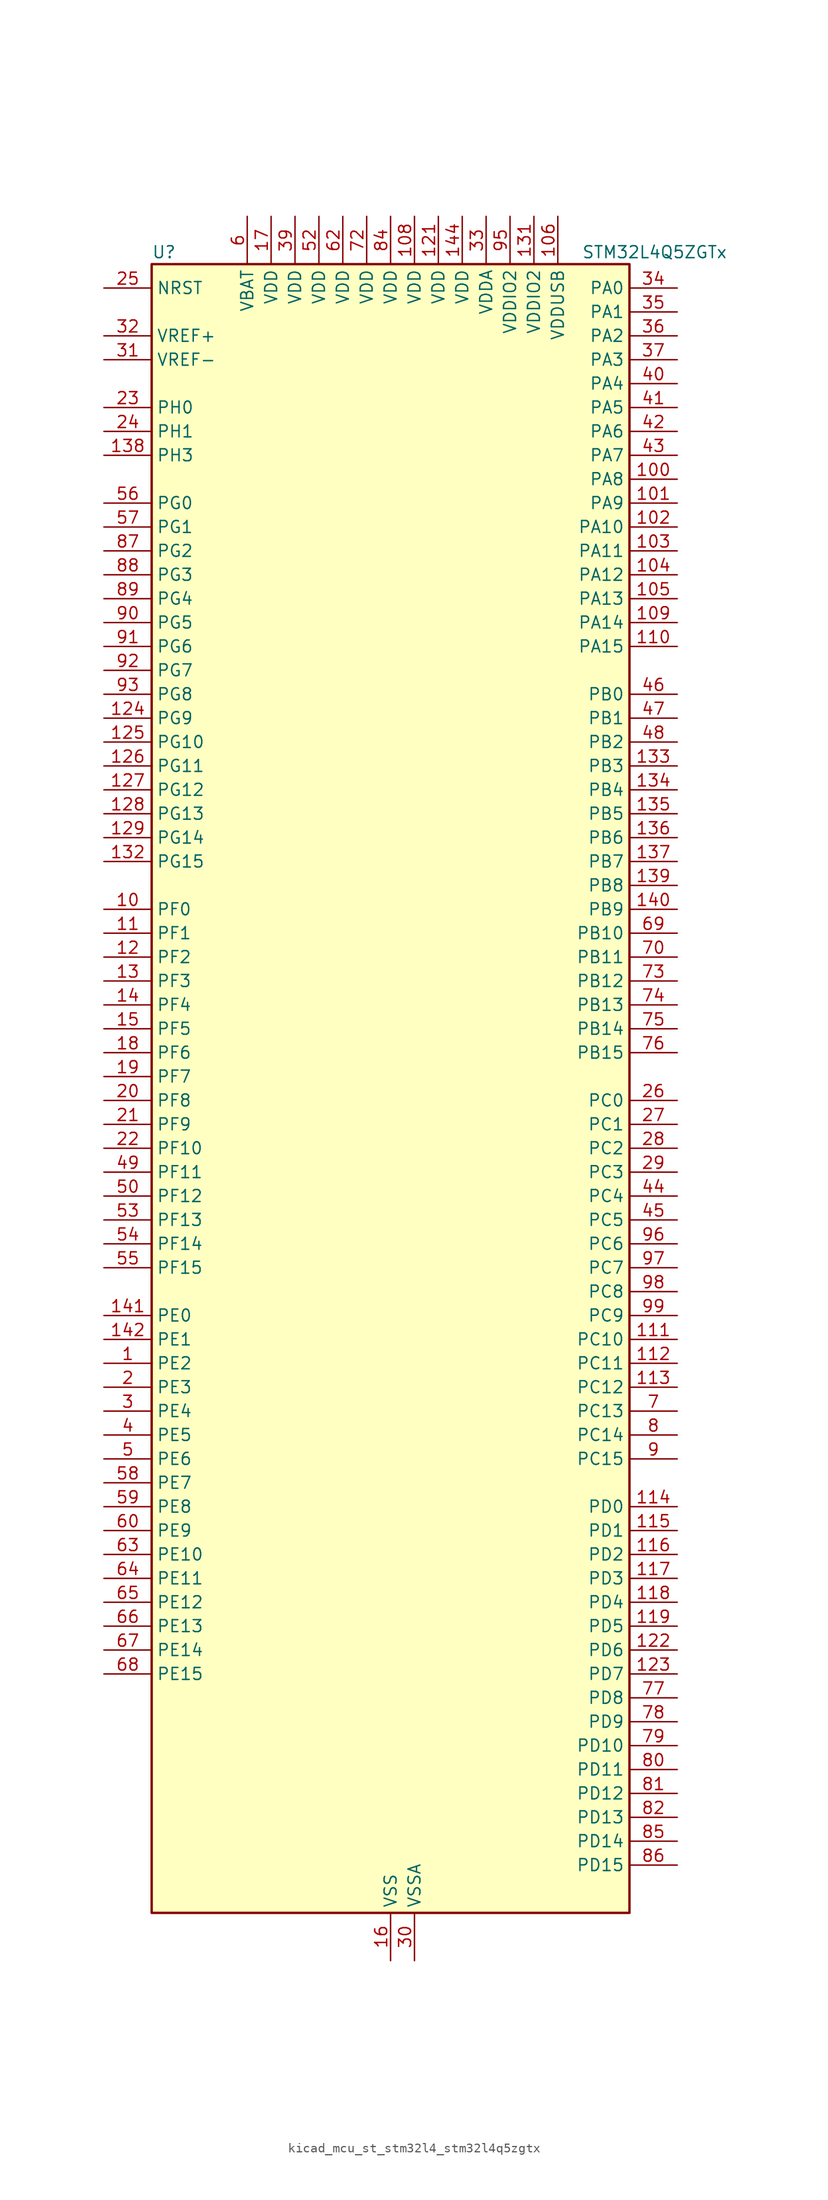
<source format=kicad_sym>
(kicad_symbol_lib
  (version 20220914)
  (generator kicad_symbol_editor)
  (symbol "kicad_mcu_st_stm32l4_stm32l4q5zgtx"
    (property "Reference" "U"
      (at -25.4 90.17 0)
      (effects (font (size 1.27 1.27)) (justify left)))
    (property "Value" "STM32L4Q5ZGTx"
      (at 20.32 90.17 0)
      (effects (font (size 1.27 1.27)) (justify left)))
    (property "ki_locked" ""
      (at 0 0 0)
      (effects (font (size 1.27 1.27))))
    (symbol "kicad_mcu_st_stm32l4_stm32l4q5zgtx_0_1"
      (rectangle (start -25.4 -86.36) (end 25.4 88.9) (stroke (width 0.254) (type default)) (fill (type background))))
    (symbol "kicad_mcu_st_stm32l4_stm32l4q5zgtx_1_1"
      (pin bidirectional line (at -30.48 -27.94 0) (length 5.08) (name "PE2" (effects (font (size 1.27 1.27)))) (number "1" (effects (font (size 1.27 1.27)))) (alternate "FMC_A23" bidirectional line) (alternate "LTDC_R7" bidirectional line) (alternate "SAI1_CK1" bidirectional line) (alternate "SAI1_MCLK_A" bidirectional line) (alternate "SYS_TRACECLK" bidirectional line) (alternate "TIM3_ETR" bidirectional line) (alternate "TSC_G7_IO1" bidirectional line))
      (pin bidirectional line (at -30.48 20.32 0) (length 5.08) (name "PF0" (effects (font (size 1.27 1.27)))) (number "10" (effects (font (size 1.27 1.27)))) (alternate "FMC_A0" bidirectional line) (alternate "I2C2_SDA" bidirectional line) (alternate "OCTOSPIM_P2_IO0" bidirectional line))
      (pin bidirectional line (at 30.48 66.04 180) (length 5.08) (name "PA8" (effects (font (size 1.27 1.27)))) (number "100" (effects (font (size 1.27 1.27)))) (alternate "LPTIM2_OUT" bidirectional line) (alternate "LTDC_B7" bidirectional line) (alternate "RCC_MCO" bidirectional line) (alternate "SAI1_CK2" bidirectional line) (alternate "SAI1_SCK_A" bidirectional line) (alternate "TIM1_CH1" bidirectional line) (alternate "USART1_CK" bidirectional line) (alternate "USB_OTG_FS_SOF" bidirectional line))
      (pin bidirectional line (at 30.48 63.5 180) (length 5.08) (name "PA9" (effects (font (size 1.27 1.27)))) (number "101" (effects (font (size 1.27 1.27)))) (alternate "DAC1_EXTI9" bidirectional line) (alternate "DCMI_D0" bidirectional line) (alternate "LTDC_G7" bidirectional line) (alternate "PSSI_D0" bidirectional line) (alternate "SAI1_FS_A" bidirectional line) (alternate "SPI2_SCK" bidirectional line) (alternate "TIM15_BKIN" bidirectional line) (alternate "TIM1_CH2" bidirectional line) (alternate "USART1_TX" bidirectional line) (alternate "USB_OTG_FS_VBUS" bidirectional line))
      (pin bidirectional line (at 30.48 60.96 180) (length 5.08) (name "PA10" (effects (font (size 1.27 1.27)))) (number "102" (effects (font (size 1.27 1.27)))) (alternate "DCMI_D1" bidirectional line) (alternate "LTDC_G6" bidirectional line) (alternate "PSSI_D1" bidirectional line) (alternate "SAI1_D1" bidirectional line) (alternate "SAI1_SD_A" bidirectional line) (alternate "TIM17_BKIN" bidirectional line) (alternate "TIM1_CH3" bidirectional line) (alternate "USART1_RX" bidirectional line) (alternate "USB_OTG_FS_ID" bidirectional line))
      (pin bidirectional line (at 30.48 58.42 180) (length 5.08) (name "PA11" (effects (font (size 1.27 1.27)))) (number "103" (effects (font (size 1.27 1.27)))) (alternate "ADC1_EXTI11" bidirectional line) (alternate "ADC2_EXTI11" bidirectional line) (alternate "CAN1_RX" bidirectional line) (alternate "LTDC_DE" bidirectional line) (alternate "SPI1_MISO" bidirectional line) (alternate "TIM1_BKIN2" bidirectional line) (alternate "TIM1_CH4" bidirectional line) (alternate "USART1_CTS" bidirectional line) (alternate "USART1_NSS" bidirectional line) (alternate "USB_OTG_FS_DM" bidirectional line))
      (pin bidirectional line (at 30.48 55.88 180) (length 5.08) (name "PA12" (effects (font (size 1.27 1.27)))) (number "104" (effects (font (size 1.27 1.27)))) (alternate "CAN1_TX" bidirectional line) (alternate "LTDC_VSYNC" bidirectional line) (alternate "OCTOSPIM_P2_NCS" bidirectional line) (alternate "SPI1_MOSI" bidirectional line) (alternate "TIM1_ETR" bidirectional line) (alternate "USART1_DE" bidirectional line) (alternate "USART1_RTS" bidirectional line) (alternate "USB_OTG_FS_DP" bidirectional line))
      (pin bidirectional line (at 30.48 53.34 180) (length 5.08) (name "PA13" (effects (font (size 1.27 1.27)))) (number "105" (effects (font (size 1.27 1.27)))) (alternate "IR_OUT" bidirectional line) (alternate "SAI1_SD_B" bidirectional line) (alternate "SYS_JTMS-SWDIO" bidirectional line) (alternate "USB_OTG_FS_NOE" bidirectional line))
      (pin power_in line (at 17.78 93.98 270) (length 5.08) (name "VDDUSB" (effects (font (size 1.27 1.27)))) (number "106" (effects (font (size 1.27 1.27)))))
      (pin passive line (at 0 -91.44 90) (length 5.08) hide (name "VSS" (effects (font (size 1.27 1.27)))) (number "107" (effects (font (size 1.27 1.27)))))
      (pin power_in line (at 2.54 93.98 270) (length 5.08) (name "VDD" (effects (font (size 1.27 1.27)))) (number "108" (effects (font (size 1.27 1.27)))))
      (pin bidirectional line (at 30.48 50.8 180) (length 5.08) (name "PA14" (effects (font (size 1.27 1.27)))) (number "109" (effects (font (size 1.27 1.27)))) (alternate "I2C1_SMBA" bidirectional line) (alternate "I2C4_SMBA" bidirectional line) (alternate "LPTIM1_OUT" bidirectional line) (alternate "SAI1_FS_B" bidirectional line) (alternate "SYS_JTCK-SWCLK" bidirectional line) (alternate "USB_OTG_FS_SOF" bidirectional line))
      (pin bidirectional line (at -30.48 17.78 0) (length 5.08) (name "PF1" (effects (font (size 1.27 1.27)))) (number "11" (effects (font (size 1.27 1.27)))) (alternate "FMC_A1" bidirectional line) (alternate "I2C2_SCL" bidirectional line) (alternate "OCTOSPIM_P2_IO1" bidirectional line))
      (pin bidirectional line (at 30.48 48.26 180) (length 5.08) (name "PA15" (effects (font (size 1.27 1.27)))) (number "110" (effects (font (size 1.27 1.27)))) (alternate "ADC1_EXTI15" bidirectional line) (alternate "ADC2_EXTI15" bidirectional line) (alternate "LTDC_HSYNC" bidirectional line) (alternate "SAI2_FS_B" bidirectional line) (alternate "SPI1_NSS" bidirectional line) (alternate "SPI3_NSS" bidirectional line) (alternate "SYS_JTDI" bidirectional line) (alternate "TIM2_CH1" bidirectional line) (alternate "TIM2_ETR" bidirectional line) (alternate "TSC_G3_IO1" bidirectional line) (alternate "UART4_DE" bidirectional line) (alternate "UART4_RTS" bidirectional line) (alternate "USART2_RX" bidirectional line) (alternate "USART3_DE" bidirectional line) (alternate "USART3_RTS" bidirectional line))
      (pin bidirectional line (at 30.48 -25.4 180) (length 5.08) (name "PC10" (effects (font (size 1.27 1.27)))) (number "111" (effects (font (size 1.27 1.27)))) (alternate "DCMI_D8" bidirectional line) (alternate "DCMI_VSYNC" bidirectional line) (alternate "PSSI_D8" bidirectional line) (alternate "PSSI_RDY" bidirectional line) (alternate "SAI2_SCK_B" bidirectional line) (alternate "SDMMC1_D2" bidirectional line) (alternate "SPI3_SCK" bidirectional line) (alternate "SYS_TRACED1" bidirectional line) (alternate "TSC_G3_IO2" bidirectional line) (alternate "UART4_TX" bidirectional line) (alternate "USART3_TX" bidirectional line))
      (pin bidirectional line (at 30.48 -27.94 180) (length 5.08) (name "PC11" (effects (font (size 1.27 1.27)))) (number "112" (effects (font (size 1.27 1.27)))) (alternate "ADC1_EXTI11" bidirectional line) (alternate "ADC2_EXTI11" bidirectional line) (alternate "DCMI_D2" bidirectional line) (alternate "DCMI_D4" bidirectional line) (alternate "OCTOSPIM_P1_NCS" bidirectional line) (alternate "PSSI_D2" bidirectional line) (alternate "PSSI_D4" bidirectional line) (alternate "SAI2_MCLK_B" bidirectional line) (alternate "SDMMC1_D3" bidirectional line) (alternate "SPI3_MISO" bidirectional line) (alternate "TSC_G3_IO3" bidirectional line) (alternate "UART4_RX" bidirectional line) (alternate "USART3_RX" bidirectional line))
      (pin bidirectional line (at 30.48 -30.48 180) (length 5.08) (name "PC12" (effects (font (size 1.27 1.27)))) (number "113" (effects (font (size 1.27 1.27)))) (alternate "DCMI_D9" bidirectional line) (alternate "LTDC_R6" bidirectional line) (alternate "PSSI_D9" bidirectional line) (alternate "SAI2_SD_B" bidirectional line) (alternate "SDMMC1_CK" bidirectional line) (alternate "SPI3_MOSI" bidirectional line) (alternate "SYS_TRACED3" bidirectional line) (alternate "TSC_G3_IO4" bidirectional line) (alternate "UART5_TX" bidirectional line) (alternate "USART3_CK" bidirectional line))
      (pin bidirectional line (at 30.48 -43.18 180) (length 5.08) (name "PD0" (effects (font (size 1.27 1.27)))) (number "114" (effects (font (size 1.27 1.27)))) (alternate "CAN1_RX" bidirectional line) (alternate "FMC_D2" bidirectional line) (alternate "FMC_DA2" bidirectional line) (alternate "LTDC_B4" bidirectional line) (alternate "SPI2_NSS" bidirectional line))
      (pin bidirectional line (at 30.48 -45.72 180) (length 5.08) (name "PD1" (effects (font (size 1.27 1.27)))) (number "115" (effects (font (size 1.27 1.27)))) (alternate "CAN1_TX" bidirectional line) (alternate "FMC_D3" bidirectional line) (alternate "FMC_DA3" bidirectional line) (alternate "LTDC_B5" bidirectional line) (alternate "SPI2_SCK" bidirectional line))
      (pin bidirectional line (at 30.48 -48.26 180) (length 5.08) (name "PD2" (effects (font (size 1.27 1.27)))) (number "116" (effects (font (size 1.27 1.27)))) (alternate "DCMI_D11" bidirectional line) (alternate "PSSI_D11" bidirectional line) (alternate "SDMMC1_CMD" bidirectional line) (alternate "SYS_TRACED2" bidirectional line) (alternate "TIM3_ETR" bidirectional line) (alternate "TSC_SYNC" bidirectional line) (alternate "UART5_RX" bidirectional line) (alternate "USART3_DE" bidirectional line) (alternate "USART3_RTS" bidirectional line))
      (pin bidirectional line (at 30.48 -50.8 180) (length 5.08) (name "PD3" (effects (font (size 1.27 1.27)))) (number "117" (effects (font (size 1.27 1.27)))) (alternate "DCMI_D5" bidirectional line) (alternate "DFSDM1_DATIN0" bidirectional line) (alternate "FMC_CLK" bidirectional line) (alternate "LTDC_CLK" bidirectional line) (alternate "OCTOSPIM_P2_NCS" bidirectional line) (alternate "PSSI_D5" bidirectional line) (alternate "SPI2_MISO" bidirectional line) (alternate "SPI2_SCK" bidirectional line) (alternate "USART2_CTS" bidirectional line) (alternate "USART2_NSS" bidirectional line))
      (pin bidirectional line (at 30.48 -53.34 180) (length 5.08) (name "PD4" (effects (font (size 1.27 1.27)))) (number "118" (effects (font (size 1.27 1.27)))) (alternate "DFSDM1_CKIN0" bidirectional line) (alternate "FMC_NOE" bidirectional line) (alternate "OCTOSPIM_P1_IO4" bidirectional line) (alternate "SDMMC2_CKIN" bidirectional line) (alternate "SPI2_MOSI" bidirectional line) (alternate "USART2_DE" bidirectional line) (alternate "USART2_RTS" bidirectional line))
      (pin bidirectional line (at 30.48 -55.88 180) (length 5.08) (name "PD5" (effects (font (size 1.27 1.27)))) (number "119" (effects (font (size 1.27 1.27)))) (alternate "FMC_NWE" bidirectional line) (alternate "OCTOSPIM_P1_IO5" bidirectional line) (alternate "USART2_TX" bidirectional line))
      (pin bidirectional line (at -30.48 15.24 0) (length 5.08) (name "PF2" (effects (font (size 1.27 1.27)))) (number "12" (effects (font (size 1.27 1.27)))) (alternate "FMC_A2" bidirectional line) (alternate "I2C2_SMBA" bidirectional line) (alternate "OCTOSPIM_P2_IO2" bidirectional line))
      (pin passive line (at 0 -91.44 90) (length 5.08) hide (name "VSS" (effects (font (size 1.27 1.27)))) (number "120" (effects (font (size 1.27 1.27)))))
      (pin power_in line (at 5.08 93.98 270) (length 5.08) (name "VDD" (effects (font (size 1.27 1.27)))) (number "121" (effects (font (size 1.27 1.27)))))
      (pin bidirectional line (at 30.48 -58.42 180) (length 5.08) (name "PD6" (effects (font (size 1.27 1.27)))) (number "122" (effects (font (size 1.27 1.27)))) (alternate "DCMI_D10" bidirectional line) (alternate "DFSDM1_DATIN1" bidirectional line) (alternate "FMC_NWAIT" bidirectional line) (alternate "LTDC_DE" bidirectional line) (alternate "OCTOSPIM_P1_IO6" bidirectional line) (alternate "PSSI_D10" bidirectional line) (alternate "SAI1_D1" bidirectional line) (alternate "SAI1_SD_A" bidirectional line) (alternate "SDMMC2_CK" bidirectional line) (alternate "SPI3_MOSI" bidirectional line) (alternate "USART2_RX" bidirectional line))
      (pin bidirectional line (at 30.48 -60.96 180) (length 5.08) (name "PD7" (effects (font (size 1.27 1.27)))) (number "123" (effects (font (size 1.27 1.27)))) (alternate "DFSDM1_CKIN1" bidirectional line) (alternate "FMC_NCE" bidirectional line) (alternate "FMC_NE1" bidirectional line) (alternate "OCTOSPIM_P1_IO7" bidirectional line) (alternate "SDMMC2_CMD" bidirectional line) (alternate "USART2_CK" bidirectional line))
      (pin bidirectional line (at -30.48 40.64 0) (length 5.08) (name "PG9" (effects (font (size 1.27 1.27)))) (number "124" (effects (font (size 1.27 1.27)))) (alternate "DAC1_EXTI9" bidirectional line) (alternate "FMC_NCE" bidirectional line) (alternate "FMC_NE2" bidirectional line) (alternate "OCTOSPIM_P2_IO6" bidirectional line) (alternate "SAI2_SCK_A" bidirectional line) (alternate "SDMMC2_D0" bidirectional line) (alternate "SPI3_SCK" bidirectional line) (alternate "TIM15_CH1N" bidirectional line) (alternate "USART1_TX" bidirectional line))
      (pin bidirectional line (at -30.48 38.1 0) (length 5.08) (name "PG10" (effects (font (size 1.27 1.27)))) (number "125" (effects (font (size 1.27 1.27)))) (alternate "FMC_NE3" bidirectional line) (alternate "LPTIM1_IN1" bidirectional line) (alternate "OCTOSPIM_P2_IO7" bidirectional line) (alternate "SAI2_FS_A" bidirectional line) (alternate "SDMMC2_D1" bidirectional line) (alternate "SPI3_MISO" bidirectional line) (alternate "TIM15_CH1" bidirectional line) (alternate "USART1_RX" bidirectional line))
      (pin bidirectional line (at -30.48 35.56 0) (length 5.08) (name "PG11" (effects (font (size 1.27 1.27)))) (number "126" (effects (font (size 1.27 1.27)))) (alternate "ADC1_EXTI11" bidirectional line) (alternate "ADC2_EXTI11" bidirectional line) (alternate "LPTIM1_IN2" bidirectional line) (alternate "OCTOSPIM_P1_IO5" bidirectional line) (alternate "SAI2_MCLK_A" bidirectional line) (alternate "SDMMC2_D2" bidirectional line) (alternate "SPI3_MOSI" bidirectional line) (alternate "TIM15_CH2" bidirectional line) (alternate "USART1_CTS" bidirectional line) (alternate "USART1_NSS" bidirectional line))
      (pin bidirectional line (at -30.48 33.02 0) (length 5.08) (name "PG12" (effects (font (size 1.27 1.27)))) (number "127" (effects (font (size 1.27 1.27)))) (alternate "FMC_NE4" bidirectional line) (alternate "LPTIM1_ETR" bidirectional line) (alternate "OCTOSPIM_P2_NCS" bidirectional line) (alternate "SAI2_SD_A" bidirectional line) (alternate "SDMMC2_D3" bidirectional line) (alternate "SPI3_NSS" bidirectional line) (alternate "USART1_DE" bidirectional line) (alternate "USART1_RTS" bidirectional line))
      (pin bidirectional line (at -30.48 30.48 0) (length 5.08) (name "PG13" (effects (font (size 1.27 1.27)))) (number "128" (effects (font (size 1.27 1.27)))) (alternate "FMC_A24" bidirectional line) (alternate "I2C1_SDA" bidirectional line) (alternate "LTDC_R0" bidirectional line) (alternate "USART1_CK" bidirectional line))
      (pin bidirectional line (at -30.48 27.94 0) (length 5.08) (name "PG14" (effects (font (size 1.27 1.27)))) (number "129" (effects (font (size 1.27 1.27)))) (alternate "FMC_A25" bidirectional line) (alternate "I2C1_SCL" bidirectional line) (alternate "LTDC_R1" bidirectional line))
      (pin bidirectional line (at -30.48 12.7 0) (length 5.08) (name "PF3" (effects (font (size 1.27 1.27)))) (number "13" (effects (font (size 1.27 1.27)))) (alternate "FMC_A3" bidirectional line) (alternate "OCTOSPIM_P2_IO3" bidirectional line))
      (pin passive line (at 0 -91.44 90) (length 5.08) hide (name "VSS" (effects (font (size 1.27 1.27)))) (number "130" (effects (font (size 1.27 1.27)))))
      (pin power_in line (at 15.24 93.98 270) (length 5.08) (name "VDDIO2" (effects (font (size 1.27 1.27)))) (number "131" (effects (font (size 1.27 1.27)))))
      (pin bidirectional line (at -30.48 25.4 0) (length 5.08) (name "PG15" (effects (font (size 1.27 1.27)))) (number "132" (effects (font (size 1.27 1.27)))) (alternate "ADC1_EXTI15" bidirectional line) (alternate "ADC2_EXTI15" bidirectional line) (alternate "DCMI_D13" bidirectional line) (alternate "I2C1_SMBA" bidirectional line) (alternate "LPTIM1_OUT" bidirectional line) (alternate "OCTOSPIM_P2_DQS" bidirectional line) (alternate "PSSI_D13" bidirectional line))
      (pin bidirectional line (at 30.48 35.56 180) (length 5.08) (name "PB3" (effects (font (size 1.27 1.27)))) (number "133" (effects (font (size 1.27 1.27)))) (alternate "COMP2_INM" bidirectional line) (alternate "CRS_SYNC" bidirectional line) (alternate "OCTOSPIM_P1_IO4" bidirectional line) (alternate "SAI1_SCK_B" bidirectional line) (alternate "SDMMC2_D2" bidirectional line) (alternate "SPI1_SCK" bidirectional line) (alternate "SPI3_SCK" bidirectional line) (alternate "SYS_JTDO-SWO" bidirectional line) (alternate "TIM2_CH2" bidirectional line) (alternate "USART1_DE" bidirectional line) (alternate "USART1_RTS" bidirectional line))
      (pin bidirectional line (at 30.48 33.02 180) (length 5.08) (name "PB4" (effects (font (size 1.27 1.27)))) (number "134" (effects (font (size 1.27 1.27)))) (alternate "COMP2_INP" bidirectional line) (alternate "DCMI_D12" bidirectional line) (alternate "I2C3_SDA" bidirectional line) (alternate "OCTOSPIM_P1_IO5" bidirectional line) (alternate "PSSI_D12" bidirectional line) (alternate "SAI1_MCLK_B" bidirectional line) (alternate "SDMMC2_D3" bidirectional line) (alternate "SPI1_MISO" bidirectional line) (alternate "SPI3_MISO" bidirectional line) (alternate "SYS_JTRST" bidirectional line) (alternate "TIM17_BKIN" bidirectional line) (alternate "TIM3_CH1" bidirectional line) (alternate "TSC_G2_IO1" bidirectional line) (alternate "UART5_DE" bidirectional line) (alternate "UART5_RTS" bidirectional line) (alternate "USART1_CTS" bidirectional line) (alternate "USART1_NSS" bidirectional line))
      (pin bidirectional line (at 30.48 30.48 180) (length 5.08) (name "PB5" (effects (font (size 1.27 1.27)))) (number "135" (effects (font (size 1.27 1.27)))) (alternate "COMP2_OUT" bidirectional line) (alternate "DCMI_D10" bidirectional line) (alternate "I2C1_SMBA" bidirectional line) (alternate "LPTIM1_IN1" bidirectional line) (alternate "OCTOSPIM_P1_IO0" bidirectional line) (alternate "PSSI_D10" bidirectional line) (alternate "SAI1_SD_B" bidirectional line) (alternate "SPI1_MOSI" bidirectional line) (alternate "SPI3_MOSI" bidirectional line) (alternate "TIM16_BKIN" bidirectional line) (alternate "TIM3_CH2" bidirectional line) (alternate "TSC_G2_IO2" bidirectional line) (alternate "UART5_CTS" bidirectional line) (alternate "USART1_CK" bidirectional line))
      (pin bidirectional line (at 30.48 27.94 180) (length 5.08) (name "PB6" (effects (font (size 1.27 1.27)))) (number "136" (effects (font (size 1.27 1.27)))) (alternate "COMP2_INP" bidirectional line) (alternate "DCMI_D5" bidirectional line) (alternate "I2C1_SCL" bidirectional line) (alternate "I2C4_SCL" bidirectional line) (alternate "LPTIM1_ETR" bidirectional line) (alternate "LTDC_R6" bidirectional line) (alternate "PSSI_D5" bidirectional line) (alternate "SAI1_FS_B" bidirectional line) (alternate "TIM16_CH1N" bidirectional line) (alternate "TIM4_CH1" bidirectional line) (alternate "TIM8_BKIN2" bidirectional line) (alternate "TSC_G2_IO3" bidirectional line) (alternate "USART1_TX" bidirectional line))
      (pin bidirectional line (at 30.48 25.4 180) (length 5.08) (name "PB7" (effects (font (size 1.27 1.27)))) (number "137" (effects (font (size 1.27 1.27)))) (alternate "COMP2_INM" bidirectional line) (alternate "DCMI_VSYNC" bidirectional line) (alternate "FMC_NL" bidirectional line) (alternate "I2C1_SDA" bidirectional line) (alternate "I2C4_SDA" bidirectional line) (alternate "LPTIM1_IN2" bidirectional line) (alternate "LTDC_VSYNC" bidirectional line) (alternate "PSSI_RDY" bidirectional line) (alternate "SYS_PVD_IN" bidirectional line) (alternate "TIM17_CH1N" bidirectional line) (alternate "TIM4_CH2" bidirectional line) (alternate "TIM8_BKIN" bidirectional line) (alternate "TSC_G2_IO4" bidirectional line) (alternate "UART4_CTS" bidirectional line) (alternate "USART1_RX" bidirectional line))
      (pin bidirectional line (at -30.48 68.58 0) (length 5.08) (name "PH3" (effects (font (size 1.27 1.27)))) (number "138" (effects (font (size 1.27 1.27)))))
      (pin bidirectional line (at 30.48 22.86 180) (length 5.08) (name "PB8" (effects (font (size 1.27 1.27)))) (number "139" (effects (font (size 1.27 1.27)))) (alternate "CAN1_RX" bidirectional line) (alternate "DCMI_D6" bidirectional line) (alternate "DFSDM1_CKOUT" bidirectional line) (alternate "I2C1_SCL" bidirectional line) (alternate "LTDC_DE" bidirectional line) (alternate "PSSI_D6" bidirectional line) (alternate "SAI1_CK1" bidirectional line) (alternate "SAI1_MCLK_A" bidirectional line) (alternate "SDMMC1_CKIN" bidirectional line) (alternate "SDMMC1_D4" bidirectional line) (alternate "SDMMC2_D4" bidirectional line) (alternate "TIM16_CH1" bidirectional line) (alternate "TIM4_CH3" bidirectional line))
      (pin bidirectional line (at -30.48 10.16 0) (length 5.08) (name "PF4" (effects (font (size 1.27 1.27)))) (number "14" (effects (font (size 1.27 1.27)))) (alternate "FMC_A4" bidirectional line) (alternate "OCTOSPIM_P2_CLK" bidirectional line))
      (pin bidirectional line (at 30.48 20.32 180) (length 5.08) (name "PB9" (effects (font (size 1.27 1.27)))) (number "140" (effects (font (size 1.27 1.27)))) (alternate "CAN1_TX" bidirectional line) (alternate "DAC1_EXTI9" bidirectional line) (alternate "DCMI_D7" bidirectional line) (alternate "I2C1_SDA" bidirectional line) (alternate "IR_OUT" bidirectional line) (alternate "PSSI_D7" bidirectional line) (alternate "SAI1_D2" bidirectional line) (alternate "SAI1_FS_A" bidirectional line) (alternate "SDMMC1_CDIR" bidirectional line) (alternate "SDMMC1_D5" bidirectional line) (alternate "SDMMC2_D5" bidirectional line) (alternate "SPI2_NSS" bidirectional line) (alternate "TIM17_CH1" bidirectional line) (alternate "TIM4_CH4" bidirectional line))
      (pin bidirectional line (at -30.48 -22.86 0) (length 5.08) (name "PE0" (effects (font (size 1.27 1.27)))) (number "141" (effects (font (size 1.27 1.27)))) (alternate "DCMI_D2" bidirectional line) (alternate "FMC_NBL0" bidirectional line) (alternate "LTDC_HSYNC" bidirectional line) (alternate "PSSI_D2" bidirectional line) (alternate "TIM16_CH1" bidirectional line) (alternate "TIM4_ETR" bidirectional line))
      (pin bidirectional line (at -30.48 -25.4 0) (length 5.08) (name "PE1" (effects (font (size 1.27 1.27)))) (number "142" (effects (font (size 1.27 1.27)))) (alternate "DCMI_D3" bidirectional line) (alternate "FMC_NBL1" bidirectional line) (alternate "LTDC_VSYNC" bidirectional line) (alternate "PSSI_D3" bidirectional line) (alternate "TIM17_CH1" bidirectional line))
      (pin passive line (at 0 -91.44 90) (length 5.08) hide (name "VSS" (effects (font (size 1.27 1.27)))) (number "143" (effects (font (size 1.27 1.27)))))
      (pin power_in line (at 7.62 93.98 270) (length 5.08) (name "VDD" (effects (font (size 1.27 1.27)))) (number "144" (effects (font (size 1.27 1.27)))))
      (pin bidirectional line (at -30.48 7.62 0) (length 5.08) (name "PF5" (effects (font (size 1.27 1.27)))) (number "15" (effects (font (size 1.27 1.27)))) (alternate "FMC_A5" bidirectional line) (alternate "OCTOSPIM_P2_NCLK" bidirectional line))
      (pin power_in line (at 0 -91.44 90) (length 5.08) (name "VSS" (effects (font (size 1.27 1.27)))) (number "16" (effects (font (size 1.27 1.27)))))
      (pin power_in line (at -12.7 93.98 270) (length 5.08) (name "VDD" (effects (font (size 1.27 1.27)))) (number "17" (effects (font (size 1.27 1.27)))))
      (pin bidirectional line (at -30.48 5.08 0) (length 5.08) (name "PF6" (effects (font (size 1.27 1.27)))) (number "18" (effects (font (size 1.27 1.27)))) (alternate "OCTOSPIM_P1_IO3" bidirectional line) (alternate "SAI1_SD_B" bidirectional line) (alternate "TIM5_CH1" bidirectional line) (alternate "TIM5_ETR" bidirectional line))
      (pin bidirectional line (at -30.48 2.54 0) (length 5.08) (name "PF7" (effects (font (size 1.27 1.27)))) (number "19" (effects (font (size 1.27 1.27)))) (alternate "OCTOSPIM_P1_IO2" bidirectional line) (alternate "SAI1_MCLK_B" bidirectional line) (alternate "TIM5_CH2" bidirectional line))
      (pin bidirectional line (at -30.48 -30.48 0) (length 5.08) (name "PE3" (effects (font (size 1.27 1.27)))) (number "2" (effects (font (size 1.27 1.27)))) (alternate "FMC_A19" bidirectional line) (alternate "LTDC_R6" bidirectional line) (alternate "OCTOSPIM_P1_DQS" bidirectional line) (alternate "SAI1_SD_B" bidirectional line) (alternate "SYS_TRACED0" bidirectional line) (alternate "TIM3_CH1" bidirectional line) (alternate "TSC_G7_IO2" bidirectional line))
      (pin bidirectional line (at -30.48 0 0) (length 5.08) (name "PF8" (effects (font (size 1.27 1.27)))) (number "20" (effects (font (size 1.27 1.27)))) (alternate "OCTOSPIM_P1_IO0" bidirectional line) (alternate "SAI1_SCK_B" bidirectional line) (alternate "TIM5_CH3" bidirectional line))
      (pin bidirectional line (at -30.48 -2.54 0) (length 5.08) (name "PF9" (effects (font (size 1.27 1.27)))) (number "21" (effects (font (size 1.27 1.27)))) (alternate "DAC1_EXTI9" bidirectional line) (alternate "OCTOSPIM_P1_IO1" bidirectional line) (alternate "SAI1_FS_B" bidirectional line) (alternate "TIM15_CH1" bidirectional line) (alternate "TIM5_CH4" bidirectional line))
      (pin bidirectional line (at -30.48 -5.08 0) (length 5.08) (name "PF10" (effects (font (size 1.27 1.27)))) (number "22" (effects (font (size 1.27 1.27)))) (alternate "DCMI_D11" bidirectional line) (alternate "DFSDM1_CKOUT" bidirectional line) (alternate "OCTOSPIM_P1_CLK" bidirectional line) (alternate "PSSI_D11" bidirectional line) (alternate "PSSI_D15" bidirectional line) (alternate "SAI1_D3" bidirectional line) (alternate "TIM15_CH2" bidirectional line))
      (pin bidirectional line (at -30.48 73.66 0) (length 5.08) (name "PH0" (effects (font (size 1.27 1.27)))) (number "23" (effects (font (size 1.27 1.27)))) (alternate "RCC_OSC_IN" bidirectional line))
      (pin bidirectional line (at -30.48 71.12 0) (length 5.08) (name "PH1" (effects (font (size 1.27 1.27)))) (number "24" (effects (font (size 1.27 1.27)))) (alternate "RCC_OSC_OUT" bidirectional line))
      (pin input line (at -30.48 86.36 0) (length 5.08) (name "NRST" (effects (font (size 1.27 1.27)))) (number "25" (effects (font (size 1.27 1.27)))))
      (pin bidirectional line (at 30.48 0 180) (length 5.08) (name "PC0" (effects (font (size 1.27 1.27)))) (number "26" (effects (font (size 1.27 1.27)))) (alternate "ADC1_IN1" bidirectional line) (alternate "ADC2_IN1" bidirectional line) (alternate "I2C3_SCL" bidirectional line) (alternate "LPTIM1_IN1" bidirectional line) (alternate "LPTIM2_IN1" bidirectional line) (alternate "LPUART1_RX" bidirectional line) (alternate "LTDC_DE" bidirectional line) (alternate "SAI2_FS_A" bidirectional line) (alternate "SDMMC1_CMD" bidirectional line) (alternate "SDMMC2_CKIN" bidirectional line))
      (pin bidirectional line (at 30.48 -2.54 180) (length 5.08) (name "PC1" (effects (font (size 1.27 1.27)))) (number "27" (effects (font (size 1.27 1.27)))) (alternate "ADC1_IN2" bidirectional line) (alternate "ADC2_IN2" bidirectional line) (alternate "I2C3_SDA" bidirectional line) (alternate "LPTIM1_OUT" bidirectional line) (alternate "LPUART1_TX" bidirectional line) (alternate "OCTOSPIM_P1_IO4" bidirectional line) (alternate "SAI1_SD_A" bidirectional line) (alternate "SPI2_MOSI" bidirectional line) (alternate "SYS_TRACED0" bidirectional line))
      (pin bidirectional line (at 30.48 -5.08 180) (length 5.08) (name "PC2" (effects (font (size 1.27 1.27)))) (number "28" (effects (font (size 1.27 1.27)))) (alternate "ADC1_IN3" bidirectional line) (alternate "ADC2_IN3" bidirectional line) (alternate "DFSDM1_CKOUT" bidirectional line) (alternate "LPTIM1_IN2" bidirectional line) (alternate "LTDC_HSYNC" bidirectional line) (alternate "OCTOSPIM_P1_IO5" bidirectional line) (alternate "SPI2_MISO" bidirectional line))
      (pin bidirectional line (at 30.48 -7.62 180) (length 5.08) (name "PC3" (effects (font (size 1.27 1.27)))) (number "29" (effects (font (size 1.27 1.27)))) (alternate "ADC1_IN4" bidirectional line) (alternate "ADC2_IN4" bidirectional line) (alternate "LPTIM1_ETR" bidirectional line) (alternate "LPTIM2_ETR" bidirectional line) (alternate "OCTOSPIM_P1_IO6" bidirectional line) (alternate "SAI1_D1" bidirectional line) (alternate "SAI1_SD_A" bidirectional line) (alternate "SPI2_MOSI" bidirectional line))
      (pin bidirectional line (at -30.48 -33.02 0) (length 5.08) (name "PE4" (effects (font (size 1.27 1.27)))) (number "3" (effects (font (size 1.27 1.27)))) (alternate "DCMI_D4" bidirectional line) (alternate "DFSDM1_DATIN3" bidirectional line) (alternate "FMC_A20" bidirectional line) (alternate "LTDC_B7" bidirectional line) (alternate "PSSI_D4" bidirectional line) (alternate "SAI1_D2" bidirectional line) (alternate "SAI1_FS_A" bidirectional line) (alternate "SYS_TRACED1" bidirectional line) (alternate "TIM3_CH2" bidirectional line) (alternate "TSC_G7_IO3" bidirectional line))
      (pin power_in line (at 2.54 -91.44 90) (length 5.08) (name "VSSA" (effects (font (size 1.27 1.27)))) (number "30" (effects (font (size 1.27 1.27)))))
      (pin input line (at -30.48 78.74 0) (length 5.08) (name "VREF-" (effects (font (size 1.27 1.27)))) (number "31" (effects (font (size 1.27 1.27)))))
      (pin input line (at -30.48 81.28 0) (length 5.08) (name "VREF+" (effects (font (size 1.27 1.27)))) (number "32" (effects (font (size 1.27 1.27)))) (alternate "VREFBUF_OUT" bidirectional line))
      (pin power_in line (at 10.16 93.98 270) (length 5.08) (name "VDDA" (effects (font (size 1.27 1.27)))) (number "33" (effects (font (size 1.27 1.27)))))
      (pin bidirectional line (at 30.48 86.36 180) (length 5.08) (name "PA0" (effects (font (size 1.27 1.27)))) (number "34" (effects (font (size 1.27 1.27)))) (alternate "ADC1_IN5" bidirectional line) (alternate "ADC2_IN5" bidirectional line) (alternate "OPAMP1_VINP" bidirectional line) (alternate "RTC_TAMP2" bidirectional line) (alternate "SAI1_EXTCLK" bidirectional line) (alternate "SYS_WKUP1" bidirectional line) (alternate "TIM2_CH1" bidirectional line) (alternate "TIM2_ETR" bidirectional line) (alternate "TIM5_CH1" bidirectional line) (alternate "TIM8_ETR" bidirectional line) (alternate "UART4_TX" bidirectional line) (alternate "USART2_CTS" bidirectional line) (alternate "USART2_NSS" bidirectional line))
      (pin bidirectional line (at 30.48 83.82 180) (length 5.08) (name "PA1" (effects (font (size 1.27 1.27)))) (number "35" (effects (font (size 1.27 1.27)))) (alternate "ADC1_IN6" bidirectional line) (alternate "ADC2_IN6" bidirectional line) (alternate "I2C1_SMBA" bidirectional line) (alternate "OCTOSPIM_P1_DQS" bidirectional line) (alternate "OPAMP1_VINM" bidirectional line) (alternate "SDMMC2_CMD" bidirectional line) (alternate "SPI1_SCK" bidirectional line) (alternate "TIM15_CH1N" bidirectional line) (alternate "TIM2_CH2" bidirectional line) (alternate "TIM5_CH2" bidirectional line) (alternate "UART4_RX" bidirectional line) (alternate "USART2_DE" bidirectional line) (alternate "USART2_RTS" bidirectional line))
      (pin bidirectional line (at 30.48 81.28 180) (length 5.08) (name "PA2" (effects (font (size 1.27 1.27)))) (number "36" (effects (font (size 1.27 1.27)))) (alternate "ADC1_IN7" bidirectional line) (alternate "ADC2_IN7" bidirectional line) (alternate "LPUART1_TX" bidirectional line) (alternate "OCTOSPIM_P1_NCS" bidirectional line) (alternate "RCC_LSCO" bidirectional line) (alternate "SAI2_EXTCLK" bidirectional line) (alternate "SYS_WKUP4" bidirectional line) (alternate "TIM15_CH1" bidirectional line) (alternate "TIM2_CH3" bidirectional line) (alternate "TIM5_CH3" bidirectional line) (alternate "USART2_TX" bidirectional line))
      (pin bidirectional line (at 30.48 78.74 180) (length 5.08) (name "PA3" (effects (font (size 1.27 1.27)))) (number "37" (effects (font (size 1.27 1.27)))) (alternate "ADC1_IN8" bidirectional line) (alternate "ADC2_IN8" bidirectional line) (alternate "LPUART1_RX" bidirectional line) (alternate "OCTOSPIM_P1_CLK" bidirectional line) (alternate "OPAMP1_VOUT" bidirectional line) (alternate "SAI1_CK1" bidirectional line) (alternate "SAI1_MCLK_A" bidirectional line) (alternate "TIM15_CH2" bidirectional line) (alternate "TIM2_CH4" bidirectional line) (alternate "TIM5_CH4" bidirectional line) (alternate "USART2_RX" bidirectional line))
      (pin passive line (at 0 -91.44 90) (length 5.08) hide (name "VSS" (effects (font (size 1.27 1.27)))) (number "38" (effects (font (size 1.27 1.27)))))
      (pin power_in line (at -10.16 93.98 270) (length 5.08) (name "VDD" (effects (font (size 1.27 1.27)))) (number "39" (effects (font (size 1.27 1.27)))))
      (pin bidirectional line (at -30.48 -35.56 0) (length 5.08) (name "PE5" (effects (font (size 1.27 1.27)))) (number "4" (effects (font (size 1.27 1.27)))) (alternate "DCMI_D6" bidirectional line) (alternate "DFSDM1_CKIN3" bidirectional line) (alternate "FMC_A21" bidirectional line) (alternate "LTDC_G7" bidirectional line) (alternate "PSSI_D6" bidirectional line) (alternate "SAI1_CK2" bidirectional line) (alternate "SAI1_SCK_A" bidirectional line) (alternate "SYS_TRACED2" bidirectional line) (alternate "TIM3_CH3" bidirectional line) (alternate "TSC_G7_IO4" bidirectional line))
      (pin bidirectional line (at 30.48 76.2 180) (length 5.08) (name "PA4" (effects (font (size 1.27 1.27)))) (number "40" (effects (font (size 1.27 1.27)))) (alternate "ADC1_IN9" bidirectional line) (alternate "ADC2_IN9" bidirectional line) (alternate "DAC1_OUT1" bidirectional line) (alternate "DCMI_HSYNC" bidirectional line) (alternate "LPTIM2_OUT" bidirectional line) (alternate "LTDC_CLK" bidirectional line) (alternate "OCTOSPIM_P1_NCS" bidirectional line) (alternate "PSSI_DE" bidirectional line) (alternate "SAI1_FS_B" bidirectional line) (alternate "SPI1_NSS" bidirectional line) (alternate "SPI3_NSS" bidirectional line) (alternate "USART2_CK" bidirectional line))
      (pin bidirectional line (at 30.48 73.66 180) (length 5.08) (name "PA5" (effects (font (size 1.27 1.27)))) (number "41" (effects (font (size 1.27 1.27)))) (alternate "ADC1_IN10" bidirectional line) (alternate "ADC2_IN10" bidirectional line) (alternate "DAC1_OUT2" bidirectional line) (alternate "LPTIM2_ETR" bidirectional line) (alternate "LTDC_R7" bidirectional line) (alternate "PSSI_D14" bidirectional line) (alternate "SPI1_SCK" bidirectional line) (alternate "TIM2_CH1" bidirectional line) (alternate "TIM2_ETR" bidirectional line) (alternate "TIM8_CH1N" bidirectional line))
      (pin bidirectional line (at 30.48 71.12 180) (length 5.08) (name "PA6" (effects (font (size 1.27 1.27)))) (number "42" (effects (font (size 1.27 1.27)))) (alternate "ADC1_IN11" bidirectional line) (alternate "ADC2_IN11" bidirectional line) (alternate "DCMI_PIXCLK" bidirectional line) (alternate "LPUART1_CTS" bidirectional line) (alternate "OCTOSPIM_P1_IO3" bidirectional line) (alternate "OPAMP2_VINP" bidirectional line) (alternate "PSSI_PDCK" bidirectional line) (alternate "SPI1_MISO" bidirectional line) (alternate "TIM16_CH1" bidirectional line) (alternate "TIM1_BKIN" bidirectional line) (alternate "TIM3_CH1" bidirectional line) (alternate "TIM8_BKIN" bidirectional line) (alternate "USART3_CTS" bidirectional line) (alternate "USART3_NSS" bidirectional line))
      (pin bidirectional line (at 30.48 68.58 180) (length 5.08) (name "PA7" (effects (font (size 1.27 1.27)))) (number "43" (effects (font (size 1.27 1.27)))) (alternate "ADC1_IN12" bidirectional line) (alternate "ADC2_IN12" bidirectional line) (alternate "I2C3_SCL" bidirectional line) (alternate "OCTOSPIM_P1_IO2" bidirectional line) (alternate "OPAMP2_VINM" bidirectional line) (alternate "SPI1_MOSI" bidirectional line) (alternate "TIM17_CH1" bidirectional line) (alternate "TIM1_CH1N" bidirectional line) (alternate "TIM3_CH2" bidirectional line) (alternate "TIM8_CH1N" bidirectional line))
      (pin bidirectional line (at 30.48 -10.16 180) (length 5.08) (name "PC4" (effects (font (size 1.27 1.27)))) (number "44" (effects (font (size 1.27 1.27)))) (alternate "ADC1_IN13" bidirectional line) (alternate "ADC2_IN13" bidirectional line) (alternate "COMP1_INM" bidirectional line) (alternate "OCTOSPIM_P1_IO7" bidirectional line) (alternate "OCTOSPIM_P2_NCS" bidirectional line) (alternate "USART3_TX" bidirectional line))
      (pin bidirectional line (at 30.48 -12.7 180) (length 5.08) (name "PC5" (effects (font (size 1.27 1.27)))) (number "45" (effects (font (size 1.27 1.27)))) (alternate "ADC1_IN14" bidirectional line) (alternate "ADC2_IN14" bidirectional line) (alternate "COMP1_INP" bidirectional line) (alternate "LTDC_CLK" bidirectional line) (alternate "PSSI_D15" bidirectional line) (alternate "SAI1_D3" bidirectional line) (alternate "SYS_WKUP5" bidirectional line) (alternate "USART3_RX" bidirectional line))
      (pin bidirectional line (at 30.48 43.18 180) (length 5.08) (name "PB0" (effects (font (size 1.27 1.27)))) (number "46" (effects (font (size 1.27 1.27)))) (alternate "ADC1_IN15" bidirectional line) (alternate "ADC2_IN15" bidirectional line) (alternate "COMP1_OUT" bidirectional line) (alternate "LTDC_B6" bidirectional line) (alternate "OCTOSPIM_P1_IO1" bidirectional line) (alternate "OPAMP2_VOUT" bidirectional line) (alternate "SAI1_EXTCLK" bidirectional line) (alternate "SPI1_NSS" bidirectional line) (alternate "TIM1_CH2N" bidirectional line) (alternate "TIM3_CH3" bidirectional line) (alternate "TIM8_CH2N" bidirectional line) (alternate "USART3_CK" bidirectional line))
      (pin bidirectional line (at 30.48 40.64 180) (length 5.08) (name "PB1" (effects (font (size 1.27 1.27)))) (number "47" (effects (font (size 1.27 1.27)))) (alternate "ADC1_IN16" bidirectional line) (alternate "ADC2_IN16" bidirectional line) (alternate "COMP1_INM" bidirectional line) (alternate "DFSDM1_DATIN0" bidirectional line) (alternate "LPTIM2_IN1" bidirectional line) (alternate "LPUART1_DE" bidirectional line) (alternate "LPUART1_RTS" bidirectional line) (alternate "LTDC_G6" bidirectional line) (alternate "OCTOSPIM_P1_IO0" bidirectional line) (alternate "TIM1_CH3N" bidirectional line) (alternate "TIM3_CH4" bidirectional line) (alternate "TIM8_CH3N" bidirectional line) (alternate "USART3_DE" bidirectional line) (alternate "USART3_RTS" bidirectional line))
      (pin bidirectional line (at 30.48 38.1 180) (length 5.08) (name "PB2" (effects (font (size 1.27 1.27)))) (number "48" (effects (font (size 1.27 1.27)))) (alternate "COMP1_INP" bidirectional line) (alternate "DFSDM1_CKIN0" bidirectional line) (alternate "I2C3_SMBA" bidirectional line) (alternate "LPTIM1_OUT" bidirectional line) (alternate "OCTOSPIM_P1_DQS" bidirectional line) (alternate "RTC_OUT2" bidirectional line))
      (pin bidirectional line (at -30.48 -7.62 0) (length 5.08) (name "PF11" (effects (font (size 1.27 1.27)))) (number "49" (effects (font (size 1.27 1.27)))) (alternate "ADC1_EXTI11" bidirectional line) (alternate "ADC2_EXTI11" bidirectional line) (alternate "DCMI_D12" bidirectional line) (alternate "LTDC_DE" bidirectional line) (alternate "OCTOSPIM_P1_NCLK" bidirectional line) (alternate "PSSI_D12" bidirectional line))
      (pin bidirectional line (at -30.48 -38.1 0) (length 5.08) (name "PE6" (effects (font (size 1.27 1.27)))) (number "5" (effects (font (size 1.27 1.27)))) (alternate "DCMI_D7" bidirectional line) (alternate "FMC_A22" bidirectional line) (alternate "LTDC_G6" bidirectional line) (alternate "PSSI_D7" bidirectional line) (alternate "RTC_TAMP3" bidirectional line) (alternate "SAI1_D1" bidirectional line) (alternate "SAI1_SD_A" bidirectional line) (alternate "SYS_TRACED3" bidirectional line) (alternate "SYS_WKUP3" bidirectional line) (alternate "TIM3_CH4" bidirectional line))
      (pin bidirectional line (at -30.48 -10.16 0) (length 5.08) (name "PF12" (effects (font (size 1.27 1.27)))) (number "50" (effects (font (size 1.27 1.27)))) (alternate "FMC_A6" bidirectional line) (alternate "LTDC_B0" bidirectional line) (alternate "OCTOSPIM_P2_DQS" bidirectional line))
      (pin passive line (at 0 -91.44 90) (length 5.08) hide (name "VSS" (effects (font (size 1.27 1.27)))) (number "51" (effects (font (size 1.27 1.27)))))
      (pin power_in line (at -7.62 93.98 270) (length 5.08) (name "VDD" (effects (font (size 1.27 1.27)))) (number "52" (effects (font (size 1.27 1.27)))))
      (pin bidirectional line (at -30.48 -12.7 0) (length 5.08) (name "PF13" (effects (font (size 1.27 1.27)))) (number "53" (effects (font (size 1.27 1.27)))) (alternate "FMC_A7" bidirectional line) (alternate "I2C4_SMBA" bidirectional line) (alternate "LTDC_B1" bidirectional line))
      (pin bidirectional line (at -30.48 -15.24 0) (length 5.08) (name "PF14" (effects (font (size 1.27 1.27)))) (number "54" (effects (font (size 1.27 1.27)))) (alternate "FMC_A8" bidirectional line) (alternate "I2C4_SCL" bidirectional line) (alternate "LTDC_G0" bidirectional line) (alternate "TSC_G8_IO1" bidirectional line))
      (pin bidirectional line (at -30.48 -17.78 0) (length 5.08) (name "PF15" (effects (font (size 1.27 1.27)))) (number "55" (effects (font (size 1.27 1.27)))) (alternate "ADC1_EXTI15" bidirectional line) (alternate "ADC2_EXTI15" bidirectional line) (alternate "FMC_A9" bidirectional line) (alternate "I2C4_SDA" bidirectional line) (alternate "LTDC_G1" bidirectional line) (alternate "TSC_G8_IO2" bidirectional line))
      (pin bidirectional line (at -30.48 63.5 0) (length 5.08) (name "PG0" (effects (font (size 1.27 1.27)))) (number "56" (effects (font (size 1.27 1.27)))) (alternate "FMC_A10" bidirectional line) (alternate "OCTOSPIM_P2_IO4" bidirectional line) (alternate "TSC_G8_IO3" bidirectional line))
      (pin bidirectional line (at -30.48 60.96 0) (length 5.08) (name "PG1" (effects (font (size 1.27 1.27)))) (number "57" (effects (font (size 1.27 1.27)))) (alternate "FMC_A11" bidirectional line) (alternate "OCTOSPIM_P2_IO5" bidirectional line) (alternate "TSC_G8_IO4" bidirectional line))
      (pin bidirectional line (at -30.48 -40.64 0) (length 5.08) (name "PE7" (effects (font (size 1.27 1.27)))) (number "58" (effects (font (size 1.27 1.27)))) (alternate "DFSDM1_DATIN2" bidirectional line) (alternate "FMC_D4" bidirectional line) (alternate "FMC_DA4" bidirectional line) (alternate "LTDC_B6" bidirectional line) (alternate "SAI1_SD_B" bidirectional line) (alternate "TIM1_ETR" bidirectional line))
      (pin bidirectional line (at -30.48 -43.18 0) (length 5.08) (name "PE8" (effects (font (size 1.27 1.27)))) (number "59" (effects (font (size 1.27 1.27)))) (alternate "DFSDM1_CKIN2" bidirectional line) (alternate "FMC_D5" bidirectional line) (alternate "FMC_DA5" bidirectional line) (alternate "LTDC_B7" bidirectional line) (alternate "SAI1_SCK_B" bidirectional line) (alternate "TIM1_CH1N" bidirectional line))
      (pin power_in line (at -15.24 93.98 270) (length 5.08) (name "VBAT" (effects (font (size 1.27 1.27)))) (number "6" (effects (font (size 1.27 1.27)))))
      (pin bidirectional line (at -30.48 -45.72 0) (length 5.08) (name "PE9" (effects (font (size 1.27 1.27)))) (number "60" (effects (font (size 1.27 1.27)))) (alternate "DAC1_EXTI9" bidirectional line) (alternate "DFSDM1_CKOUT" bidirectional line) (alternate "FMC_D6" bidirectional line) (alternate "FMC_DA6" bidirectional line) (alternate "LTDC_G2" bidirectional line) (alternate "OCTOSPIM_P1_NCLK" bidirectional line) (alternate "SAI1_FS_B" bidirectional line) (alternate "TIM1_CH1" bidirectional line))
      (pin passive line (at 0 -91.44 90) (length 5.08) hide (name "VSS" (effects (font (size 1.27 1.27)))) (number "61" (effects (font (size 1.27 1.27)))))
      (pin power_in line (at -5.08 93.98 270) (length 5.08) (name "VDD" (effects (font (size 1.27 1.27)))) (number "62" (effects (font (size 1.27 1.27)))))
      (pin bidirectional line (at -30.48 -48.26 0) (length 5.08) (name "PE10" (effects (font (size 1.27 1.27)))) (number "63" (effects (font (size 1.27 1.27)))) (alternate "FMC_D7" bidirectional line) (alternate "FMC_DA7" bidirectional line) (alternate "LTDC_G3" bidirectional line) (alternate "OCTOSPIM_P1_CLK" bidirectional line) (alternate "SAI1_MCLK_B" bidirectional line) (alternate "TIM1_CH2N" bidirectional line) (alternate "TSC_G5_IO1" bidirectional line))
      (pin bidirectional line (at -30.48 -50.8 0) (length 5.08) (name "PE11" (effects (font (size 1.27 1.27)))) (number "64" (effects (font (size 1.27 1.27)))) (alternate "ADC1_EXTI11" bidirectional line) (alternate "ADC2_EXTI11" bidirectional line) (alternate "FMC_D8" bidirectional line) (alternate "FMC_DA8" bidirectional line) (alternate "LTDC_G4" bidirectional line) (alternate "OCTOSPIM_P1_NCS" bidirectional line) (alternate "TIM1_CH2" bidirectional line) (alternate "TSC_G5_IO2" bidirectional line))
      (pin bidirectional line (at -30.48 -53.34 0) (length 5.08) (name "PE12" (effects (font (size 1.27 1.27)))) (number "65" (effects (font (size 1.27 1.27)))) (alternate "FMC_D9" bidirectional line) (alternate "FMC_DA9" bidirectional line) (alternate "LTDC_G5" bidirectional line) (alternate "OCTOSPIM_P1_IO0" bidirectional line) (alternate "SPI1_NSS" bidirectional line) (alternate "TIM1_CH3N" bidirectional line) (alternate "TSC_G5_IO3" bidirectional line))
      (pin bidirectional line (at -30.48 -55.88 0) (length 5.08) (name "PE13" (effects (font (size 1.27 1.27)))) (number "66" (effects (font (size 1.27 1.27)))) (alternate "FMC_D10" bidirectional line) (alternate "FMC_DA10" bidirectional line) (alternate "LTDC_G6" bidirectional line) (alternate "OCTOSPIM_P1_IO1" bidirectional line) (alternate "SPI1_SCK" bidirectional line) (alternate "TIM1_CH3" bidirectional line) (alternate "TSC_G5_IO4" bidirectional line))
      (pin bidirectional line (at -30.48 -58.42 0) (length 5.08) (name "PE14" (effects (font (size 1.27 1.27)))) (number "67" (effects (font (size 1.27 1.27)))) (alternate "FMC_D11" bidirectional line) (alternate "FMC_DA11" bidirectional line) (alternate "LTDC_G7" bidirectional line) (alternate "OCTOSPIM_P1_IO2" bidirectional line) (alternate "SPI1_MISO" bidirectional line) (alternate "TIM1_BKIN2" bidirectional line) (alternate "TIM1_CH4" bidirectional line))
      (pin bidirectional line (at -30.48 -60.96 0) (length 5.08) (name "PE15" (effects (font (size 1.27 1.27)))) (number "68" (effects (font (size 1.27 1.27)))) (alternate "ADC1_EXTI15" bidirectional line) (alternate "ADC2_EXTI15" bidirectional line) (alternate "FMC_D12" bidirectional line) (alternate "FMC_DA12" bidirectional line) (alternate "LTDC_R2" bidirectional line) (alternate "OCTOSPIM_P1_IO3" bidirectional line) (alternate "SPI1_MOSI" bidirectional line) (alternate "TIM1_BKIN" bidirectional line))
      (pin bidirectional line (at 30.48 17.78 180) (length 5.08) (name "PB10" (effects (font (size 1.27 1.27)))) (number "69" (effects (font (size 1.27 1.27)))) (alternate "COMP1_OUT" bidirectional line) (alternate "I2C2_SCL" bidirectional line) (alternate "I2C4_SCL" bidirectional line) (alternate "LPUART1_RX" bidirectional line) (alternate "OCTOSPIM_P1_CLK" bidirectional line) (alternate "OCTOSPIM_P1_IO3" bidirectional line) (alternate "SAI1_SCK_A" bidirectional line) (alternate "SPI2_SCK" bidirectional line) (alternate "TIM2_CH3" bidirectional line) (alternate "TSC_SYNC" bidirectional line) (alternate "USART3_TX" bidirectional line))
      (pin bidirectional line (at 30.48 -33.02 180) (length 5.08) (name "PC13" (effects (font (size 1.27 1.27)))) (number "7" (effects (font (size 1.27 1.27)))) (alternate "RTC_OUT1" bidirectional line) (alternate "RTC_TAMP1" bidirectional line) (alternate "RTC_TS" bidirectional line) (alternate "SYS_WKUP2" bidirectional line))
      (pin bidirectional line (at 30.48 15.24 180) (length 5.08) (name "PB11" (effects (font (size 1.27 1.27)))) (number "70" (effects (font (size 1.27 1.27)))) (alternate "ADC1_EXTI11" bidirectional line) (alternate "ADC2_EXTI11" bidirectional line) (alternate "COMP2_OUT" bidirectional line) (alternate "I2C2_SDA" bidirectional line) (alternate "I2C4_SDA" bidirectional line) (alternate "LPUART1_TX" bidirectional line) (alternate "LTDC_VSYNC" bidirectional line) (alternate "OCTOSPIM_P1_NCS" bidirectional line) (alternate "TIM2_CH4" bidirectional line) (alternate "USART3_RX" bidirectional line))
      (pin passive line (at 0 -91.44 90) (length 5.08) hide (name "VSS" (effects (font (size 1.27 1.27)))) (number "71" (effects (font (size 1.27 1.27)))))
      (pin power_in line (at -2.54 93.98 270) (length 5.08) (name "VDD" (effects (font (size 1.27 1.27)))) (number "72" (effects (font (size 1.27 1.27)))))
      (pin bidirectional line (at 30.48 12.7 180) (length 5.08) (name "PB12" (effects (font (size 1.27 1.27)))) (number "73" (effects (font (size 1.27 1.27)))) (alternate "DFSDM1_DATIN1" bidirectional line) (alternate "I2C2_SMBA" bidirectional line) (alternate "LPUART1_DE" bidirectional line) (alternate "LPUART1_RTS" bidirectional line) (alternate "OCTOSPIM_P1_NCLK" bidirectional line) (alternate "SAI2_FS_A" bidirectional line) (alternate "SDMMC2_CK" bidirectional line) (alternate "SPI2_NSS" bidirectional line) (alternate "TIM15_BKIN" bidirectional line) (alternate "TIM1_BKIN" bidirectional line) (alternate "TSC_G1_IO1" bidirectional line) (alternate "USART3_CK" bidirectional line))
      (pin bidirectional line (at 30.48 10.16 180) (length 5.08) (name "PB13" (effects (font (size 1.27 1.27)))) (number "74" (effects (font (size 1.27 1.27)))) (alternate "DFSDM1_CKIN1" bidirectional line) (alternate "I2C2_SCL" bidirectional line) (alternate "LPUART1_CTS" bidirectional line) (alternate "OCTOSPIM_P1_IO1" bidirectional line) (alternate "SAI2_SCK_A" bidirectional line) (alternate "SPI2_SCK" bidirectional line) (alternate "TIM15_CH1N" bidirectional line) (alternate "TIM1_CH1N" bidirectional line) (alternate "TSC_G1_IO2" bidirectional line) (alternate "USART3_CTS" bidirectional line) (alternate "USART3_NSS" bidirectional line))
      (pin bidirectional line (at 30.48 7.62 180) (length 5.08) (name "PB14" (effects (font (size 1.27 1.27)))) (number "75" (effects (font (size 1.27 1.27)))) (alternate "DFSDM1_DATIN2" bidirectional line) (alternate "I2C2_SDA" bidirectional line) (alternate "OCTOSPIM_P1_IO6" bidirectional line) (alternate "SAI2_MCLK_A" bidirectional line) (alternate "SDMMC2_D0" bidirectional line) (alternate "SPI2_MISO" bidirectional line) (alternate "TIM15_CH1" bidirectional line) (alternate "TIM1_CH2N" bidirectional line) (alternate "TIM8_CH2N" bidirectional line) (alternate "TSC_G1_IO3" bidirectional line) (alternate "USART3_DE" bidirectional line) (alternate "USART3_RTS" bidirectional line))
      (pin bidirectional line (at 30.48 5.08 180) (length 5.08) (name "PB15" (effects (font (size 1.27 1.27)))) (number "76" (effects (font (size 1.27 1.27)))) (alternate "ADC1_EXTI15" bidirectional line) (alternate "ADC2_EXTI15" bidirectional line) (alternate "DFSDM1_CKIN2" bidirectional line) (alternate "OCTOSPIM_P1_IO7" bidirectional line) (alternate "RTC_REFIN" bidirectional line) (alternate "SAI2_SD_A" bidirectional line) (alternate "SDMMC2_D1" bidirectional line) (alternate "SPI2_MOSI" bidirectional line) (alternate "TIM15_CH2" bidirectional line) (alternate "TIM1_CH3N" bidirectional line) (alternate "TIM8_CH3N" bidirectional line) (alternate "TSC_G1_IO4" bidirectional line))
      (pin bidirectional line (at 30.48 -63.5 180) (length 5.08) (name "PD8" (effects (font (size 1.27 1.27)))) (number "77" (effects (font (size 1.27 1.27)))) (alternate "DCMI_HSYNC" bidirectional line) (alternate "FMC_D13" bidirectional line) (alternate "FMC_DA13" bidirectional line) (alternate "LTDC_R3" bidirectional line) (alternate "PSSI_DE" bidirectional line) (alternate "USART3_TX" bidirectional line))
      (pin bidirectional line (at 30.48 -66.04 180) (length 5.08) (name "PD9" (effects (font (size 1.27 1.27)))) (number "78" (effects (font (size 1.27 1.27)))) (alternate "DAC1_EXTI9" bidirectional line) (alternate "DCMI_PIXCLK" bidirectional line) (alternate "FMC_D14" bidirectional line) (alternate "FMC_DA14" bidirectional line) (alternate "LTDC_R4" bidirectional line) (alternate "PSSI_PDCK" bidirectional line) (alternate "SAI2_MCLK_A" bidirectional line) (alternate "USART3_RX" bidirectional line))
      (pin bidirectional line (at 30.48 -68.58 180) (length 5.08) (name "PD10" (effects (font (size 1.27 1.27)))) (number "79" (effects (font (size 1.27 1.27)))) (alternate "FMC_D15" bidirectional line) (alternate "FMC_DA15" bidirectional line) (alternate "LTDC_R5" bidirectional line) (alternate "SAI2_SCK_A" bidirectional line) (alternate "TSC_G6_IO1" bidirectional line) (alternate "USART3_CK" bidirectional line))
      (pin bidirectional line (at 30.48 -35.56 180) (length 5.08) (name "PC14" (effects (font (size 1.27 1.27)))) (number "8" (effects (font (size 1.27 1.27)))) (alternate "RCC_OSC32_IN" bidirectional line))
      (pin bidirectional line (at 30.48 -71.12 180) (length 5.08) (name "PD11" (effects (font (size 1.27 1.27)))) (number "80" (effects (font (size 1.27 1.27)))) (alternate "ADC1_EXTI11" bidirectional line) (alternate "ADC2_EXTI11" bidirectional line) (alternate "FMC_A16" bidirectional line) (alternate "FMC_CLE" bidirectional line) (alternate "I2C4_SMBA" bidirectional line) (alternate "LPTIM2_ETR" bidirectional line) (alternate "LTDC_R6" bidirectional line) (alternate "SAI2_SD_A" bidirectional line) (alternate "TSC_G6_IO2" bidirectional line) (alternate "USART3_CTS" bidirectional line) (alternate "USART3_NSS" bidirectional line))
      (pin bidirectional line (at 30.48 -73.66 180) (length 5.08) (name "PD12" (effects (font (size 1.27 1.27)))) (number "81" (effects (font (size 1.27 1.27)))) (alternate "FMC_A17" bidirectional line) (alternate "FMC_ALE" bidirectional line) (alternate "I2C4_SCL" bidirectional line) (alternate "LPTIM2_IN1" bidirectional line) (alternate "LTDC_R7" bidirectional line) (alternate "SAI2_FS_A" bidirectional line) (alternate "TIM4_CH1" bidirectional line) (alternate "TSC_G6_IO3" bidirectional line) (alternate "USART3_DE" bidirectional line) (alternate "USART3_RTS" bidirectional line))
      (pin bidirectional line (at 30.48 -76.2 180) (length 5.08) (name "PD13" (effects (font (size 1.27 1.27)))) (number "82" (effects (font (size 1.27 1.27)))) (alternate "FMC_A18" bidirectional line) (alternate "I2C4_SDA" bidirectional line) (alternate "LPTIM2_OUT" bidirectional line) (alternate "TIM4_CH2" bidirectional line) (alternate "TSC_G6_IO4" bidirectional line))
      (pin passive line (at 0 -91.44 90) (length 5.08) hide (name "VSS" (effects (font (size 1.27 1.27)))) (number "83" (effects (font (size 1.27 1.27)))))
      (pin power_in line (at 0 93.98 270) (length 5.08) (name "VDD" (effects (font (size 1.27 1.27)))) (number "84" (effects (font (size 1.27 1.27)))))
      (pin bidirectional line (at 30.48 -78.74 180) (length 5.08) (name "PD14" (effects (font (size 1.27 1.27)))) (number "85" (effects (font (size 1.27 1.27)))) (alternate "FMC_D0" bidirectional line) (alternate "FMC_DA0" bidirectional line) (alternate "LTDC_B2" bidirectional line) (alternate "TIM4_CH3" bidirectional line))
      (pin bidirectional line (at 30.48 -81.28 180) (length 5.08) (name "PD15" (effects (font (size 1.27 1.27)))) (number "86" (effects (font (size 1.27 1.27)))) (alternate "ADC1_EXTI15" bidirectional line) (alternate "ADC2_EXTI15" bidirectional line) (alternate "FMC_D1" bidirectional line) (alternate "FMC_DA1" bidirectional line) (alternate "LTDC_B3" bidirectional line) (alternate "TIM4_CH4" bidirectional line))
      (pin bidirectional line (at -30.48 58.42 0) (length 5.08) (name "PG2" (effects (font (size 1.27 1.27)))) (number "87" (effects (font (size 1.27 1.27)))) (alternate "FMC_A12" bidirectional line) (alternate "SAI2_SCK_B" bidirectional line) (alternate "SDMMC2_D4" bidirectional line) (alternate "SPI1_SCK" bidirectional line))
      (pin bidirectional line (at -30.48 55.88 0) (length 5.08) (name "PG3" (effects (font (size 1.27 1.27)))) (number "88" (effects (font (size 1.27 1.27)))) (alternate "FMC_A13" bidirectional line) (alternate "SAI2_FS_B" bidirectional line) (alternate "SDMMC2_D5" bidirectional line) (alternate "SPI1_MISO" bidirectional line))
      (pin bidirectional line (at -30.48 53.34 0) (length 5.08) (name "PG4" (effects (font (size 1.27 1.27)))) (number "89" (effects (font (size 1.27 1.27)))) (alternate "FMC_A14" bidirectional line) (alternate "SAI2_MCLK_B" bidirectional line) (alternate "SDMMC2_D6" bidirectional line) (alternate "SPI1_MOSI" bidirectional line))
      (pin bidirectional line (at 30.48 -38.1 180) (length 5.08) (name "PC15" (effects (font (size 1.27 1.27)))) (number "9" (effects (font (size 1.27 1.27)))) (alternate "ADC1_EXTI15" bidirectional line) (alternate "ADC2_EXTI15" bidirectional line) (alternate "RCC_OSC32_OUT" bidirectional line))
      (pin bidirectional line (at -30.48 50.8 0) (length 5.08) (name "PG5" (effects (font (size 1.27 1.27)))) (number "90" (effects (font (size 1.27 1.27)))) (alternate "FMC_A15" bidirectional line) (alternate "LPUART1_CTS" bidirectional line) (alternate "SAI2_SD_B" bidirectional line) (alternate "SDMMC2_D7" bidirectional line) (alternate "SPI1_NSS" bidirectional line))
      (pin bidirectional line (at -30.48 48.26 0) (length 5.08) (name "PG6" (effects (font (size 1.27 1.27)))) (number "91" (effects (font (size 1.27 1.27)))) (alternate "I2C3_SMBA" bidirectional line) (alternate "LPUART1_DE" bidirectional line) (alternate "LPUART1_RTS" bidirectional line) (alternate "LTDC_R1" bidirectional line) (alternate "OCTOSPIM_P1_DQS" bidirectional line))
      (pin bidirectional line (at -30.48 45.72 0) (length 5.08) (name "PG7" (effects (font (size 1.27 1.27)))) (number "92" (effects (font (size 1.27 1.27)))) (alternate "DFSDM1_CKOUT" bidirectional line) (alternate "FMC_INT" bidirectional line) (alternate "I2C3_SCL" bidirectional line) (alternate "LPUART1_TX" bidirectional line) (alternate "OCTOSPIM_P2_DQS" bidirectional line) (alternate "SAI1_CK1" bidirectional line) (alternate "SAI1_MCLK_A" bidirectional line))
      (pin bidirectional line (at -30.48 43.18 0) (length 5.08) (name "PG8" (effects (font (size 1.27 1.27)))) (number "93" (effects (font (size 1.27 1.27)))) (alternate "I2C3_SDA" bidirectional line) (alternate "LPUART1_RX" bidirectional line))
      (pin passive line (at 0 -91.44 90) (length 5.08) hide (name "VSS" (effects (font (size 1.27 1.27)))) (number "94" (effects (font (size 1.27 1.27)))))
      (pin power_in line (at 12.7 93.98 270) (length 5.08) (name "VDDIO2" (effects (font (size 1.27 1.27)))) (number "95" (effects (font (size 1.27 1.27)))))
      (pin bidirectional line (at 30.48 -15.24 180) (length 5.08) (name "PC6" (effects (font (size 1.27 1.27)))) (number "96" (effects (font (size 1.27 1.27)))) (alternate "DCMI_D0" bidirectional line) (alternate "DFSDM1_CKIN3" bidirectional line) (alternate "LTDC_G7" bidirectional line) (alternate "PSSI_D0" bidirectional line) (alternate "SAI2_MCLK_A" bidirectional line) (alternate "SDMMC1_D0DIR" bidirectional line) (alternate "SDMMC1_D6" bidirectional line) (alternate "SDMMC2_D6" bidirectional line) (alternate "TIM3_CH1" bidirectional line) (alternate "TIM8_CH1" bidirectional line) (alternate "TSC_G4_IO1" bidirectional line))
      (pin bidirectional line (at 30.48 -17.78 180) (length 5.08) (name "PC7" (effects (font (size 1.27 1.27)))) (number "97" (effects (font (size 1.27 1.27)))) (alternate "DCMI_D1" bidirectional line) (alternate "DFSDM1_DATIN3" bidirectional line) (alternate "LTDC_B6" bidirectional line) (alternate "PSSI_D1" bidirectional line) (alternate "SAI2_MCLK_B" bidirectional line) (alternate "SDMMC1_D123DIR" bidirectional line) (alternate "SDMMC1_D7" bidirectional line) (alternate "SDMMC2_D7" bidirectional line) (alternate "TIM3_CH2" bidirectional line) (alternate "TIM8_CH2" bidirectional line) (alternate "TSC_G4_IO2" bidirectional line))
      (pin bidirectional line (at 30.48 -20.32 180) (length 5.08) (name "PC8" (effects (font (size 1.27 1.27)))) (number "98" (effects (font (size 1.27 1.27)))) (alternate "DCMI_D2" bidirectional line) (alternate "PSSI_D2" bidirectional line) (alternate "SDMMC1_D0" bidirectional line) (alternate "TIM3_CH3" bidirectional line) (alternate "TIM8_CH3" bidirectional line) (alternate "TSC_G4_IO3" bidirectional line))
      (pin bidirectional line (at 30.48 -22.86 180) (length 5.08) (name "PC9" (effects (font (size 1.27 1.27)))) (number "99" (effects (font (size 1.27 1.27)))) (alternate "DAC1_EXTI9" bidirectional line) (alternate "DCMI_D3" bidirectional line) (alternate "I2C3_SDA" bidirectional line) (alternate "PSSI_D3" bidirectional line) (alternate "SAI2_EXTCLK" bidirectional line) (alternate "SDMMC1_D1" bidirectional line) (alternate "SYS_TRACED0" bidirectional line) (alternate "TIM3_CH4" bidirectional line) (alternate "TIM8_BKIN2" bidirectional line) (alternate "TIM8_CH4" bidirectional line) (alternate "TSC_G4_IO4" bidirectional line) (alternate "USB_OTG_FS_NOE" bidirectional line)))))
</source>
